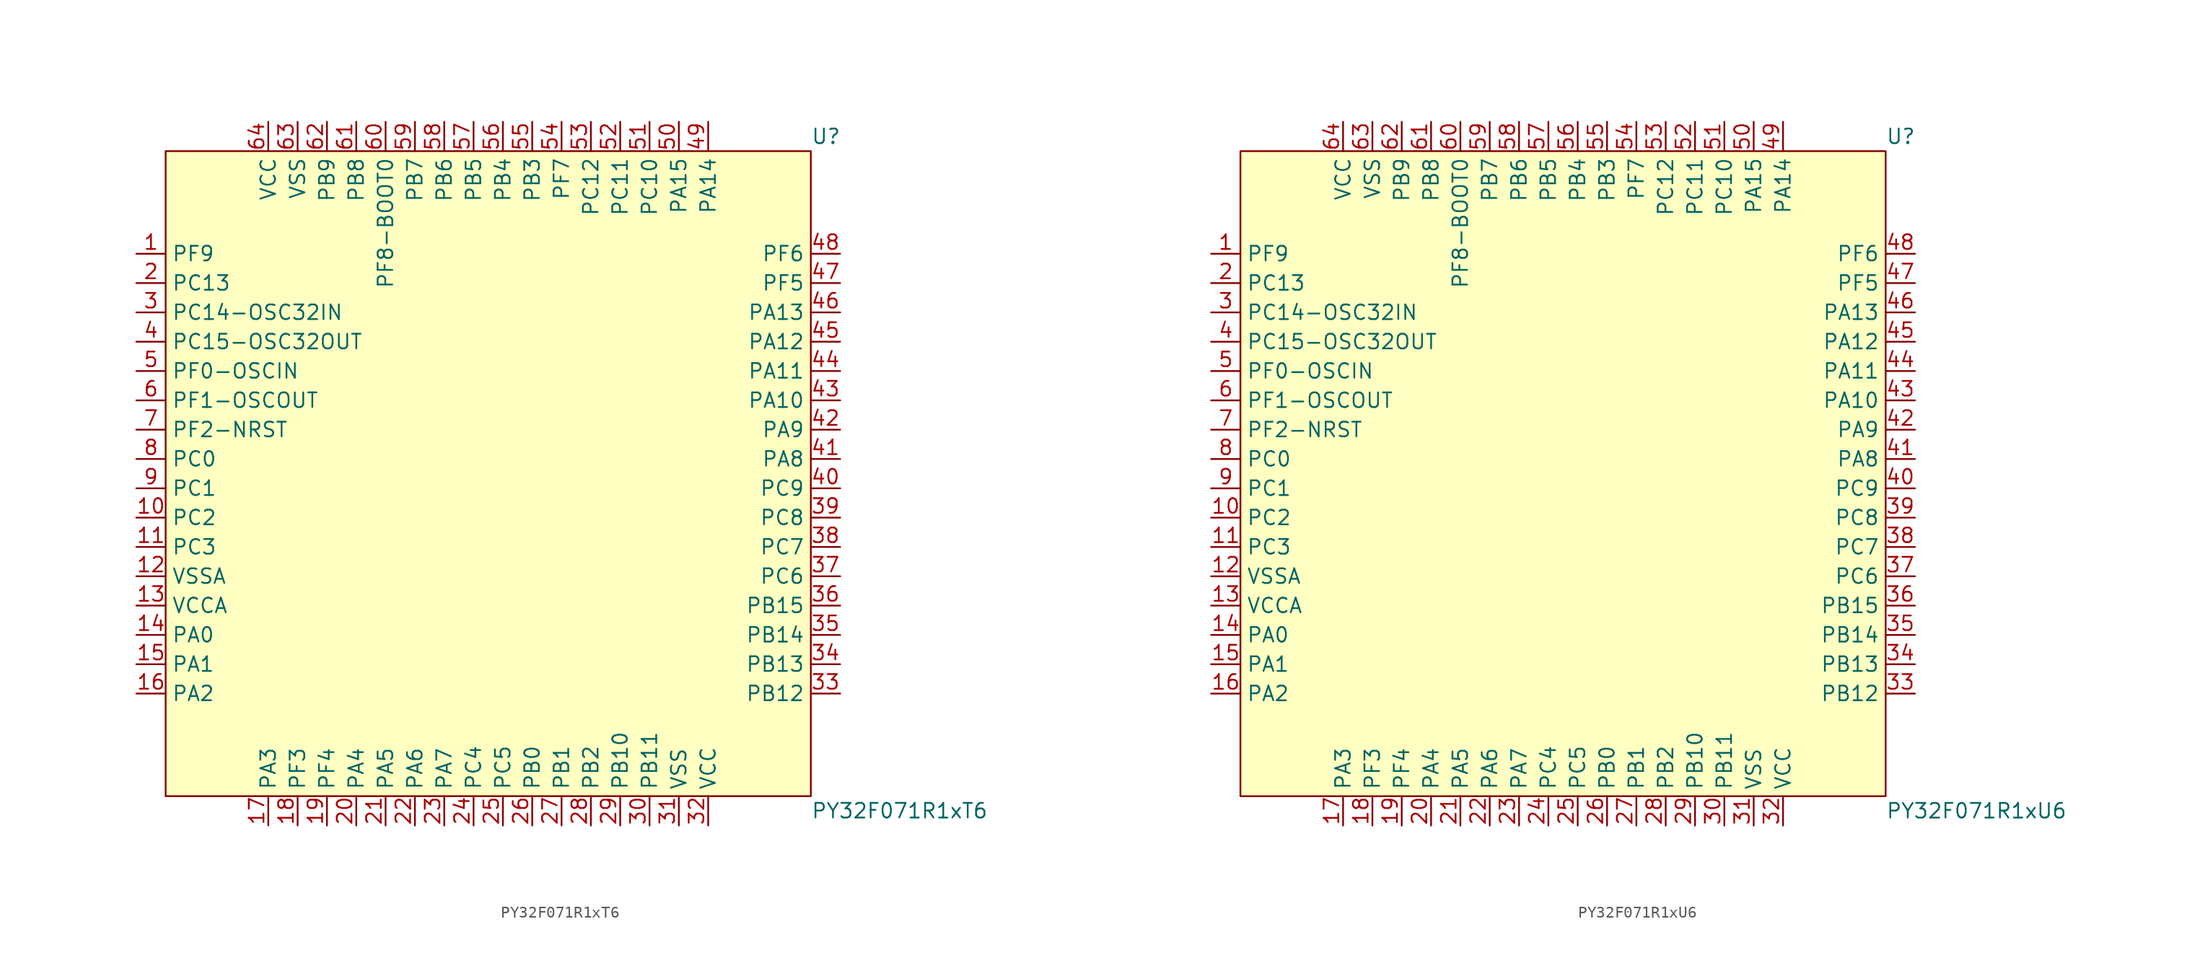
<source format=kicad_sym>
(kicad_symbol_lib
  (version 20241209)
  (generator "kicad_symbol_editor")
  (generator_version "9.0")
  (symbol "PY32F071R1xT6"
    (property "Reference" "U"
      (at 29.21 27.94 0)
      (effects (font (size 1.27 1.27)) (justify left)))
    (property "Value" "PY32F071R1xT6"
      (at 29.21 -30.48 0)
      (effects (font (size 1.27 1.27)) (justify left)))
    (symbol "PY32F071R1xT6_0_0"
      (pin bidirectional line (at -29.21 17.78 0) (length 2.54) (name "PF9" (effects (font (size 1.27 1.27)))) (number "1" (effects (font (size 1.27 1.27)))))
      (pin bidirectional line (at -29.21 15.24 0) (length 2.54) (name "PC13" (effects (font (size 1.27 1.27)))) (number "2" (effects (font (size 1.27 1.27)))))
      (pin bidirectional line (at -29.21 12.7 0) (length 2.54) (name "PC14-OSC32IN" (effects (font (size 1.27 1.27)))) (number "3" (effects (font (size 1.27 1.27)))))
      (pin bidirectional line (at -29.21 10.16 0) (length 2.54) (name "PC15-OSC32OUT" (effects (font (size 1.27 1.27)))) (number "4" (effects (font (size 1.27 1.27)))))
      (pin bidirectional line (at -29.21 7.62 0) (length 2.54) (name "PF0-OSCIN" (effects (font (size 1.27 1.27)))) (number "5" (effects (font (size 1.27 1.27)))))
      (pin bidirectional line (at -29.21 5.08 0) (length 2.54) (name "PF1-OSCOUT" (effects (font (size 1.27 1.27)))) (number "6" (effects (font (size 1.27 1.27)))))
      (pin bidirectional line (at -29.21 2.54 0) (length 2.54) (name "PF2-NRST" (effects (font (size 1.27 1.27)))) (number "7" (effects (font (size 1.27 1.27)))))
      (pin bidirectional line (at -29.21 0 0) (length 2.54) (name "PC0" (effects (font (size 1.27 1.27)))) (number "8" (effects (font (size 1.27 1.27)))))
      (pin bidirectional line (at -29.21 -2.54 0) (length 2.54) (name "PC1" (effects (font (size 1.27 1.27)))) (number "9" (effects (font (size 1.27 1.27)))))
      (pin bidirectional line (at -29.21 -5.08 0) (length 2.54) (name "PC2" (effects (font (size 1.27 1.27)))) (number "10" (effects (font (size 1.27 1.27)))))
      (pin bidirectional line (at -29.21 -7.62 0) (length 2.54) (name "PC3" (effects (font (size 1.27 1.27)))) (number "11" (effects (font (size 1.27 1.27)))))
      (pin bidirectional line (at -29.21 -10.16 0) (length 2.54) (name "VSSA" (effects (font (size 1.27 1.27)))) (number "12" (effects (font (size 1.27 1.27)))))
      (pin bidirectional line (at -29.21 -12.7 0) (length 2.54) (name "VCCA" (effects (font (size 1.27 1.27)))) (number "13" (effects (font (size 1.27 1.27)))))
      (pin bidirectional line (at -29.21 -15.24 0) (length 2.54) (name "PA0" (effects (font (size 1.27 1.27)))) (number "14" (effects (font (size 1.27 1.27)))))
      (pin bidirectional line (at -29.21 -17.78 0) (length 2.54) (name "PA1" (effects (font (size 1.27 1.27)))) (number "15" (effects (font (size 1.27 1.27)))))
      (pin bidirectional line (at -29.21 -20.32 0) (length 2.54) (name "PA2" (effects (font (size 1.27 1.27)))) (number "16" (effects (font (size 1.27 1.27)))))
      (pin bidirectional line (at -17.78 29.21 270) (length 2.54) (name "VCC" (effects (font (size 1.27 1.27)))) (number "64" (effects (font (size 1.27 1.27)))))
      (pin bidirectional line (at -17.78 -31.75 90) (length 2.54) (name "PA3" (effects (font (size 1.27 1.27)))) (number "17" (effects (font (size 1.27 1.27)))))
      (pin bidirectional line (at -15.24 29.21 270) (length 2.54) (name "VSS" (effects (font (size 1.27 1.27)))) (number "63" (effects (font (size 1.27 1.27)))))
      (pin bidirectional line (at -15.24 -31.75 90) (length 2.54) (name "PF3" (effects (font (size 1.27 1.27)))) (number "18" (effects (font (size 1.27 1.27)))))
      (pin bidirectional line (at -12.7 29.21 270) (length 2.54) (name "PB9" (effects (font (size 1.27 1.27)))) (number "62" (effects (font (size 1.27 1.27)))))
      (pin bidirectional line (at -12.7 -31.75 90) (length 2.54) (name "PF4" (effects (font (size 1.27 1.27)))) (number "19" (effects (font (size 1.27 1.27)))))
      (pin bidirectional line (at -10.16 29.21 270) (length 2.54) (name "PB8" (effects (font (size 1.27 1.27)))) (number "61" (effects (font (size 1.27 1.27)))))
      (pin bidirectional line (at -10.16 -31.75 90) (length 2.54) (name "PA4" (effects (font (size 1.27 1.27)))) (number "20" (effects (font (size 1.27 1.27)))))
      (pin bidirectional line (at -7.62 29.21 270) (length 2.54) (name "PF8-BOOT0" (effects (font (size 1.27 1.27)))) (number "60" (effects (font (size 1.27 1.27)))))
      (pin bidirectional line (at -7.62 -31.75 90) (length 2.54) (name "PA5" (effects (font (size 1.27 1.27)))) (number "21" (effects (font (size 1.27 1.27)))))
      (pin bidirectional line (at -5.08 29.21 270) (length 2.54) (name "PB7" (effects (font (size 1.27 1.27)))) (number "59" (effects (font (size 1.27 1.27)))))
      (pin bidirectional line (at -5.08 -31.75 90) (length 2.54) (name "PA6" (effects (font (size 1.27 1.27)))) (number "22" (effects (font (size 1.27 1.27)))))
      (pin bidirectional line (at -2.54 29.21 270) (length 2.54) (name "PB6" (effects (font (size 1.27 1.27)))) (number "58" (effects (font (size 1.27 1.27)))))
      (pin bidirectional line (at -2.54 -31.75 90) (length 2.54) (name "PA7" (effects (font (size 1.27 1.27)))) (number "23" (effects (font (size 1.27 1.27)))))
      (pin bidirectional line (at 5.08 29.21 270) (length 2.54) (name "PB3" (effects (font (size 1.27 1.27)))) (number "55" (effects (font (size 1.27 1.27)))))
      (pin bidirectional line (at 5.08 -31.75 90) (length 2.54) (name "PB0" (effects (font (size 1.27 1.27)))) (number "26" (effects (font (size 1.27 1.27)))))
      (pin bidirectional line (at 7.62 29.21 270) (length 2.54) (name "PF7" (effects (font (size 1.27 1.27)))) (number "54" (effects (font (size 1.27 1.27)))))
      (pin bidirectional line (at 7.62 -31.75 90) (length 2.54) (name "PB1" (effects (font (size 1.27 1.27)))) (number "27" (effects (font (size 1.27 1.27)))))
      (pin bidirectional line (at 10.16 29.21 270) (length 2.54) (name "PC12" (effects (font (size 1.27 1.27)))) (number "53" (effects (font (size 1.27 1.27)))))
      (pin bidirectional line (at 10.16 -31.75 90) (length 2.54) (name "PB2" (effects (font (size 1.27 1.27)))) (number "28" (effects (font (size 1.27 1.27)))))
      (pin bidirectional line (at 12.7 29.21 270) (length 2.54) (name "PC11" (effects (font (size 1.27 1.27)))) (number "52" (effects (font (size 1.27 1.27)))))
      (pin bidirectional line (at 12.7 -31.75 90) (length 2.54) (name "PB10" (effects (font (size 1.27 1.27)))) (number "29" (effects (font (size 1.27 1.27)))))
      (pin bidirectional line (at 15.24 29.21 270) (length 2.54) (name "PC10" (effects (font (size 1.27 1.27)))) (number "51" (effects (font (size 1.27 1.27)))))
      (pin bidirectional line (at 15.24 -31.75 90) (length 2.54) (name "PB11" (effects (font (size 1.27 1.27)))) (number "30" (effects (font (size 1.27 1.27)))))
      (pin bidirectional line (at 17.78 29.21 270) (length 2.54) (name "PA15" (effects (font (size 1.27 1.27)))) (number "50" (effects (font (size 1.27 1.27)))))
      (pin bidirectional line (at 17.78 -31.75 90) (length 2.54) (name "VSS" (effects (font (size 1.27 1.27)))) (number "31" (effects (font (size 1.27 1.27)))))
      (pin bidirectional line (at 20.32 29.21 270) (length 2.54) (name "PA14" (effects (font (size 1.27 1.27)))) (number "49" (effects (font (size 1.27 1.27)))))
      (pin bidirectional line (at 20.32 -31.75 90) (length 2.54) (name "VCC" (effects (font (size 1.27 1.27)))) (number "32" (effects (font (size 1.27 1.27)))))
      (pin bidirectional line (at 31.75 17.78 180) (length 2.54) (name "PF6" (effects (font (size 1.27 1.27)))) (number "48" (effects (font (size 1.27 1.27)))))
      (pin bidirectional line (at 31.75 15.24 180) (length 2.54) (name "PF5" (effects (font (size 1.27 1.27)))) (number "47" (effects (font (size 1.27 1.27)))))
      (pin bidirectional line (at 31.75 12.7 180) (length 2.54) (name "PA13" (effects (font (size 1.27 1.27)))) (number "46" (effects (font (size 1.27 1.27)))))
      (pin bidirectional line (at 31.75 10.16 180) (length 2.54) (name "PA12" (effects (font (size 1.27 1.27)))) (number "45" (effects (font (size 1.27 1.27)))))
      (pin bidirectional line (at 31.75 7.62 180) (length 2.54) (name "PA11" (effects (font (size 1.27 1.27)))) (number "44" (effects (font (size 1.27 1.27)))))
      (pin bidirectional line (at 31.75 5.08 180) (length 2.54) (name "PA10" (effects (font (size 1.27 1.27)))) (number "43" (effects (font (size 1.27 1.27)))))
      (pin bidirectional line (at 31.75 2.54 180) (length 2.54) (name "PA9" (effects (font (size 1.27 1.27)))) (number "42" (effects (font (size 1.27 1.27)))))
      (pin bidirectional line (at 31.75 -5.08 180) (length 2.54) (name "PC8" (effects (font (size 1.27 1.27)))) (number "39" (effects (font (size 1.27 1.27)))))
      (pin bidirectional line (at 31.75 -7.62 180) (length 2.54) (name "PC7" (effects (font (size 1.27 1.27)))) (number "38" (effects (font (size 1.27 1.27)))))
      (pin bidirectional line (at 31.75 -10.16 180) (length 2.54) (name "PC6" (effects (font (size 1.27 1.27)))) (number "37" (effects (font (size 1.27 1.27)))))
      (pin bidirectional line (at 31.75 -12.7 180) (length 2.54) (name "PB15" (effects (font (size 1.27 1.27)))) (number "36" (effects (font (size 1.27 1.27)))))
      (pin bidirectional line (at 31.75 -15.24 180) (length 2.54) (name "PB14" (effects (font (size 1.27 1.27)))) (number "35" (effects (font (size 1.27 1.27)))))
      (pin bidirectional line (at 31.75 -17.78 180) (length 2.54) (name "PB13" (effects (font (size 1.27 1.27)))) (number "34" (effects (font (size 1.27 1.27)))))
      (pin bidirectional line (at 31.75 -20.32 180) (length 2.54) (name "PB12" (effects (font (size 1.27 1.27)))) (number "33" (effects (font (size 1.27 1.27))))))
    (symbol "PY32F071R1xT6_1_0"
      (pin bidirectional line (at 0 29.21 270) (length 2.54) (name "PB5" (effects (font (size 1.27 1.27)))) (number "57" (effects (font (size 1.27 1.27)))))
      (pin bidirectional line (at 0 -31.75 90) (length 2.54) (name "PC4" (effects (font (size 1.27 1.27)))) (number "24" (effects (font (size 1.27 1.27)))))
      (pin bidirectional line (at 2.54 29.21 270) (length 2.54) (name "PB4" (effects (font (size 1.27 1.27)))) (number "56" (effects (font (size 1.27 1.27)))))
      (pin bidirectional line (at 2.54 -31.75 90) (length 2.54) (name "PC5" (effects (font (size 1.27 1.27)))) (number "25" (effects (font (size 1.27 1.27)))))
      (pin bidirectional line (at 31.75 0 180) (length 2.54) (name "PA8" (effects (font (size 1.27 1.27)))) (number "41" (effects (font (size 1.27 1.27)))))
      (pin bidirectional line (at 31.75 -2.54 180) (length 2.54) (name "PC9" (effects (font (size 1.27 1.27)))) (number "40" (effects (font (size 1.27 1.27))))))
    (symbol "PY32F071R1xT6_1_1"
      (rectangle (start -26.67 26.67) (end 29.21 -29.21) (stroke (width 0) (type solid)) (fill (type background)))))
  (symbol "PY32F071R1xU6"
    (property "Reference" "U"
      (at 29.21 27.94 0)
      (effects (font (size 1.27 1.27)) (justify left)))
    (property "Value" "PY32F071R1xU6"
      (at 29.21 -30.48 0)
      (effects (font (size 1.27 1.27)) (justify left)))
    (symbol "PY32F071R1xU6_0_0"
      (pin bidirectional line (at -29.21 17.78 0) (length 2.54) (name "PF9" (effects (font (size 1.27 1.27)))) (number "1" (effects (font (size 1.27 1.27)))))
      (pin bidirectional line (at -29.21 15.24 0) (length 2.54) (name "PC13" (effects (font (size 1.27 1.27)))) (number "2" (effects (font (size 1.27 1.27)))))
      (pin bidirectional line (at -29.21 12.7 0) (length 2.54) (name "PC14-OSC32IN" (effects (font (size 1.27 1.27)))) (number "3" (effects (font (size 1.27 1.27)))))
      (pin bidirectional line (at -29.21 10.16 0) (length 2.54) (name "PC15-OSC32OUT" (effects (font (size 1.27 1.27)))) (number "4" (effects (font (size 1.27 1.27)))))
      (pin bidirectional line (at -29.21 7.62 0) (length 2.54) (name "PF0-OSCIN" (effects (font (size 1.27 1.27)))) (number "5" (effects (font (size 1.27 1.27)))))
      (pin bidirectional line (at -29.21 5.08 0) (length 2.54) (name "PF1-OSCOUT" (effects (font (size 1.27 1.27)))) (number "6" (effects (font (size 1.27 1.27)))))
      (pin bidirectional line (at -29.21 2.54 0) (length 2.54) (name "PF2-NRST" (effects (font (size 1.27 1.27)))) (number "7" (effects (font (size 1.27 1.27)))))
      (pin bidirectional line (at -29.21 0 0) (length 2.54) (name "PC0" (effects (font (size 1.27 1.27)))) (number "8" (effects (font (size 1.27 1.27)))))
      (pin bidirectional line (at -29.21 -2.54 0) (length 2.54) (name "PC1" (effects (font (size 1.27 1.27)))) (number "9" (effects (font (size 1.27 1.27)))))
      (pin bidirectional line (at -29.21 -5.08 0) (length 2.54) (name "PC2" (effects (font (size 1.27 1.27)))) (number "10" (effects (font (size 1.27 1.27)))))
      (pin bidirectional line (at -29.21 -7.62 0) (length 2.54) (name "PC3" (effects (font (size 1.27 1.27)))) (number "11" (effects (font (size 1.27 1.27)))))
      (pin bidirectional line (at -29.21 -10.16 0) (length 2.54) (name "VSSA" (effects (font (size 1.27 1.27)))) (number "12" (effects (font (size 1.27 1.27)))))
      (pin bidirectional line (at -29.21 -12.7 0) (length 2.54) (name "VCCA" (effects (font (size 1.27 1.27)))) (number "13" (effects (font (size 1.27 1.27)))))
      (pin bidirectional line (at -29.21 -15.24 0) (length 2.54) (name "PA0" (effects (font (size 1.27 1.27)))) (number "14" (effects (font (size 1.27 1.27)))))
      (pin bidirectional line (at -29.21 -17.78 0) (length 2.54) (name "PA1" (effects (font (size 1.27 1.27)))) (number "15" (effects (font (size 1.27 1.27)))))
      (pin bidirectional line (at -29.21 -20.32 0) (length 2.54) (name "PA2" (effects (font (size 1.27 1.27)))) (number "16" (effects (font (size 1.27 1.27)))))
      (pin bidirectional line (at -17.78 29.21 270) (length 2.54) (name "VCC" (effects (font (size 1.27 1.27)))) (number "64" (effects (font (size 1.27 1.27)))))
      (pin bidirectional line (at -17.78 -31.75 90) (length 2.54) (name "PA3" (effects (font (size 1.27 1.27)))) (number "17" (effects (font (size 1.27 1.27)))))
      (pin bidirectional line (at -15.24 29.21 270) (length 2.54) (name "VSS" (effects (font (size 1.27 1.27)))) (number "63" (effects (font (size 1.27 1.27)))))
      (pin bidirectional line (at -15.24 -31.75 90) (length 2.54) (name "PF3" (effects (font (size 1.27 1.27)))) (number "18" (effects (font (size 1.27 1.27)))))
      (pin bidirectional line (at -12.7 29.21 270) (length 2.54) (name "PB9" (effects (font (size 1.27 1.27)))) (number "62" (effects (font (size 1.27 1.27)))))
      (pin bidirectional line (at -12.7 -31.75 90) (length 2.54) (name "PF4" (effects (font (size 1.27 1.27)))) (number "19" (effects (font (size 1.27 1.27)))))
      (pin bidirectional line (at -10.16 29.21 270) (length 2.54) (name "PB8" (effects (font (size 1.27 1.27)))) (number "61" (effects (font (size 1.27 1.27)))))
      (pin bidirectional line (at -10.16 -31.75 90) (length 2.54) (name "PA4" (effects (font (size 1.27 1.27)))) (number "20" (effects (font (size 1.27 1.27)))))
      (pin bidirectional line (at -7.62 29.21 270) (length 2.54) (name "PF8-BOOT0" (effects (font (size 1.27 1.27)))) (number "60" (effects (font (size 1.27 1.27)))))
      (pin bidirectional line (at -7.62 -31.75 90) (length 2.54) (name "PA5" (effects (font (size 1.27 1.27)))) (number "21" (effects (font (size 1.27 1.27)))))
      (pin bidirectional line (at -5.08 29.21 270) (length 2.54) (name "PB7" (effects (font (size 1.27 1.27)))) (number "59" (effects (font (size 1.27 1.27)))))
      (pin bidirectional line (at -5.08 -31.75 90) (length 2.54) (name "PA6" (effects (font (size 1.27 1.27)))) (number "22" (effects (font (size 1.27 1.27)))))
      (pin bidirectional line (at -2.54 29.21 270) (length 2.54) (name "PB6" (effects (font (size 1.27 1.27)))) (number "58" (effects (font (size 1.27 1.27)))))
      (pin bidirectional line (at -2.54 -31.75 90) (length 2.54) (name "PA7" (effects (font (size 1.27 1.27)))) (number "23" (effects (font (size 1.27 1.27)))))
      (pin bidirectional line (at 5.08 29.21 270) (length 2.54) (name "PB3" (effects (font (size 1.27 1.27)))) (number "55" (effects (font (size 1.27 1.27)))))
      (pin bidirectional line (at 5.08 -31.75 90) (length 2.54) (name "PB0" (effects (font (size 1.27 1.27)))) (number "26" (effects (font (size 1.27 1.27)))))
      (pin bidirectional line (at 7.62 29.21 270) (length 2.54) (name "PF7" (effects (font (size 1.27 1.27)))) (number "54" (effects (font (size 1.27 1.27)))))
      (pin bidirectional line (at 7.62 -31.75 90) (length 2.54) (name "PB1" (effects (font (size 1.27 1.27)))) (number "27" (effects (font (size 1.27 1.27)))))
      (pin bidirectional line (at 10.16 29.21 270) (length 2.54) (name "PC12" (effects (font (size 1.27 1.27)))) (number "53" (effects (font (size 1.27 1.27)))))
      (pin bidirectional line (at 10.16 -31.75 90) (length 2.54) (name "PB2" (effects (font (size 1.27 1.27)))) (number "28" (effects (font (size 1.27 1.27)))))
      (pin bidirectional line (at 12.7 29.21 270) (length 2.54) (name "PC11" (effects (font (size 1.27 1.27)))) (number "52" (effects (font (size 1.27 1.27)))))
      (pin bidirectional line (at 12.7 -31.75 90) (length 2.54) (name "PB10" (effects (font (size 1.27 1.27)))) (number "29" (effects (font (size 1.27 1.27)))))
      (pin bidirectional line (at 15.24 29.21 270) (length 2.54) (name "PC10" (effects (font (size 1.27 1.27)))) (number "51" (effects (font (size 1.27 1.27)))))
      (pin bidirectional line (at 15.24 -31.75 90) (length 2.54) (name "PB11" (effects (font (size 1.27 1.27)))) (number "30" (effects (font (size 1.27 1.27)))))
      (pin bidirectional line (at 17.78 29.21 270) (length 2.54) (name "PA15" (effects (font (size 1.27 1.27)))) (number "50" (effects (font (size 1.27 1.27)))))
      (pin bidirectional line (at 17.78 -31.75 90) (length 2.54) (name "VSS" (effects (font (size 1.27 1.27)))) (number "31" (effects (font (size 1.27 1.27)))))
      (pin bidirectional line (at 20.32 29.21 270) (length 2.54) (name "PA14" (effects (font (size 1.27 1.27)))) (number "49" (effects (font (size 1.27 1.27)))))
      (pin bidirectional line (at 20.32 -31.75 90) (length 2.54) (name "VCC" (effects (font (size 1.27 1.27)))) (number "32" (effects (font (size 1.27 1.27)))))
      (pin bidirectional line (at 31.75 17.78 180) (length 2.54) (name "PF6" (effects (font (size 1.27 1.27)))) (number "48" (effects (font (size 1.27 1.27)))))
      (pin bidirectional line (at 31.75 15.24 180) (length 2.54) (name "PF5" (effects (font (size 1.27 1.27)))) (number "47" (effects (font (size 1.27 1.27)))))
      (pin bidirectional line (at 31.75 12.7 180) (length 2.54) (name "PA13" (effects (font (size 1.27 1.27)))) (number "46" (effects (font (size 1.27 1.27)))))
      (pin bidirectional line (at 31.75 10.16 180) (length 2.54) (name "PA12" (effects (font (size 1.27 1.27)))) (number "45" (effects (font (size 1.27 1.27)))))
      (pin bidirectional line (at 31.75 7.62 180) (length 2.54) (name "PA11" (effects (font (size 1.27 1.27)))) (number "44" (effects (font (size 1.27 1.27)))))
      (pin bidirectional line (at 31.75 5.08 180) (length 2.54) (name "PA10" (effects (font (size 1.27 1.27)))) (number "43" (effects (font (size 1.27 1.27)))))
      (pin bidirectional line (at 31.75 2.54 180) (length 2.54) (name "PA9" (effects (font (size 1.27 1.27)))) (number "42" (effects (font (size 1.27 1.27)))))
      (pin bidirectional line (at 31.75 -5.08 180) (length 2.54) (name "PC8" (effects (font (size 1.27 1.27)))) (number "39" (effects (font (size 1.27 1.27)))))
      (pin bidirectional line (at 31.75 -7.62 180) (length 2.54) (name "PC7" (effects (font (size 1.27 1.27)))) (number "38" (effects (font (size 1.27 1.27)))))
      (pin bidirectional line (at 31.75 -10.16 180) (length 2.54) (name "PC6" (effects (font (size 1.27 1.27)))) (number "37" (effects (font (size 1.27 1.27)))))
      (pin bidirectional line (at 31.75 -12.7 180) (length 2.54) (name "PB15" (effects (font (size 1.27 1.27)))) (number "36" (effects (font (size 1.27 1.27)))))
      (pin bidirectional line (at 31.75 -15.24 180) (length 2.54) (name "PB14" (effects (font (size 1.27 1.27)))) (number "35" (effects (font (size 1.27 1.27)))))
      (pin bidirectional line (at 31.75 -17.78 180) (length 2.54) (name "PB13" (effects (font (size 1.27 1.27)))) (number "34" (effects (font (size 1.27 1.27)))))
      (pin bidirectional line (at 31.75 -20.32 180) (length 2.54) (name "PB12" (effects (font (size 1.27 1.27)))) (number "33" (effects (font (size 1.27 1.27))))))
    (symbol "PY32F071R1xU6_1_0"
      (pin bidirectional line (at 0 29.21 270) (length 2.54) (name "PB5" (effects (font (size 1.27 1.27)))) (number "57" (effects (font (size 1.27 1.27)))))
      (pin bidirectional line (at 0 -31.75 90) (length 2.54) (name "PC4" (effects (font (size 1.27 1.27)))) (number "24" (effects (font (size 1.27 1.27)))))
      (pin bidirectional line (at 2.54 29.21 270) (length 2.54) (name "PB4" (effects (font (size 1.27 1.27)))) (number "56" (effects (font (size 1.27 1.27)))))
      (pin bidirectional line (at 2.54 -31.75 90) (length 2.54) (name "PC5" (effects (font (size 1.27 1.27)))) (number "25" (effects (font (size 1.27 1.27)))))
      (pin bidirectional line (at 31.75 0 180) (length 2.54) (name "PA8" (effects (font (size 1.27 1.27)))) (number "41" (effects (font (size 1.27 1.27)))))
      (pin bidirectional line (at 31.75 -2.54 180) (length 2.54) (name "PC9" (effects (font (size 1.27 1.27)))) (number "40" (effects (font (size 1.27 1.27))))))
    (symbol "PY32F071R1xU6_1_1"
      (rectangle (start -26.67 26.67) (end 29.21 -29.21) (stroke (width 0) (type solid)) (fill (type background))))))
</source>
